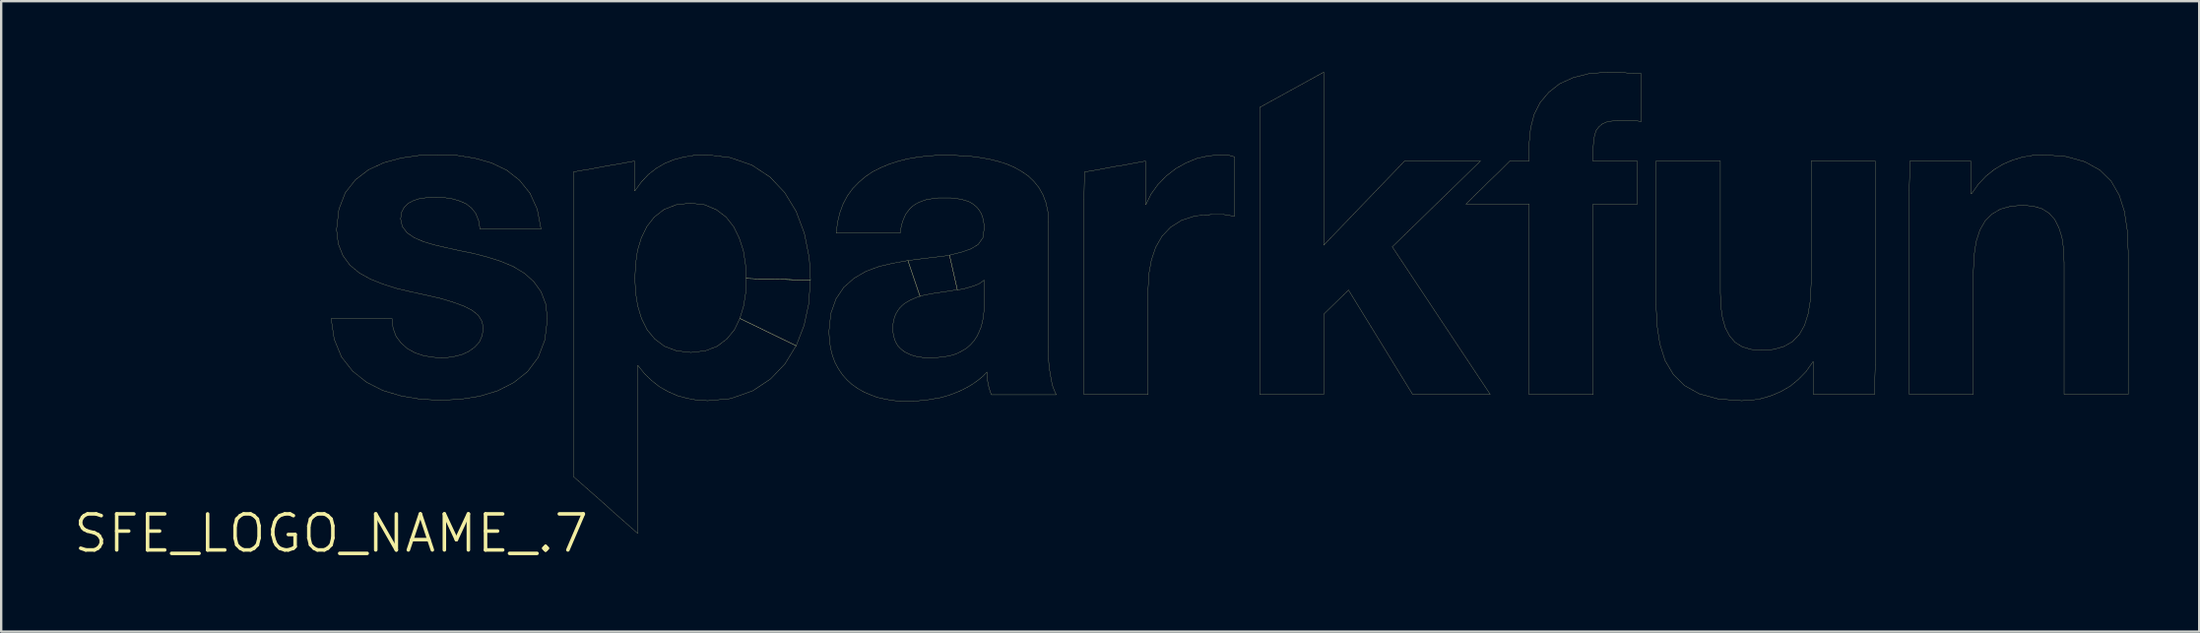
<source format=kicad_pcb>
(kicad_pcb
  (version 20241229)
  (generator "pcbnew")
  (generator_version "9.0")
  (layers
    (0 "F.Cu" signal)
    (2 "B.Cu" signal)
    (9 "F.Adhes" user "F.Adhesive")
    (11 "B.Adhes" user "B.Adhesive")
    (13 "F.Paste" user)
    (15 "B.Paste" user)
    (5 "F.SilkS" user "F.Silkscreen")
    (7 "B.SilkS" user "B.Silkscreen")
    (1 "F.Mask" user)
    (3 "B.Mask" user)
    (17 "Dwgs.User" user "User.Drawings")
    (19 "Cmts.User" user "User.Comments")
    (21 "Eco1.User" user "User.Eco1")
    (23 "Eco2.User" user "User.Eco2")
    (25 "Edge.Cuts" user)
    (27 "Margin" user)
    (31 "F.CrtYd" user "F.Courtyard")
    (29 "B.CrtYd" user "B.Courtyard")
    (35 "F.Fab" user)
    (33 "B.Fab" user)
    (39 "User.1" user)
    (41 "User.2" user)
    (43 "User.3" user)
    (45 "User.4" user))
  (footprint "SFE_LOGO_NAME_.7"
    (layer "F.Cu")
    (at 10.958 19.524)
    (property "Reference" "SFE_LOGO_NAME_.7" (at 0 0 0) (layer "F.SilkS") (effects (font (size 1.524 1.524) (thickness 0.15))))
    (attr exclude_from_pos_files exclude_from_bom)
    (fp_line (start 0 -9.088) (end 2.248 -9.088) (stroke (width 0.008) (type solid)) (layer "F.SilkS"))
    (fp_line (start 0.13 -8.219) (end 0 -9.088) (stroke (width 0.008) (type solid)) (layer "F.SilkS"))
    (fp_line (start 0.229 -12.857) (end 0.328 -13.719) (stroke (width 0.008) (type solid)) (layer "F.SilkS"))
    (fp_line (start 0.3 -12.258) (end 0.229 -12.857) (stroke (width 0.008) (type solid)) (layer "F.SilkS"))
    (fp_line (start 0.328 -13.719) (end 0.599 -14.42) (stroke (width 0.008) (type solid)) (layer "F.SilkS"))
    (fp_line (start 0.439 -7.468) (end 0.13 -8.219) (stroke (width 0.008) (type solid)) (layer "F.SilkS"))
    (fp_line (start 0.498 -11.758) (end 0.3 -12.258) (stroke (width 0.008) (type solid)) (layer "F.SilkS"))
    (fp_line (start 0.599 -14.42) (end 1.029 -14.968) (stroke (width 0.008) (type solid)) (layer "F.SilkS"))
    (fp_line (start 0.798 -11.349) (end 0.498 -11.758) (stroke (width 0.008) (type solid)) (layer "F.SilkS"))
    (fp_line (start 0.909 -6.868) (end 0.439 -7.468) (stroke (width 0.008) (type solid)) (layer "F.SilkS"))
    (fp_line (start 1.029 -14.968) (end 1.58 -15.39) (stroke (width 0.008) (type solid)) (layer "F.SilkS"))
    (fp_line (start 1.199 -11.019) (end 0.798 -11.349) (stroke (width 0.008) (type solid)) (layer "F.SilkS"))
    (fp_line (start 1.499 -6.398) (end 0.909 -6.868) (stroke (width 0.008) (type solid)) (layer "F.SilkS"))
    (fp_line (start 1.58 -15.39) (end 2.228 -15.69) (stroke (width 0.008) (type solid)) (layer "F.SilkS"))
    (fp_line (start 1.669 -10.759) (end 1.199 -11.019) (stroke (width 0.008) (type solid)) (layer "F.SilkS"))
    (fp_line (start 2.189 -6.048) (end 1.499 -6.398) (stroke (width 0.008) (type solid)) (layer "F.SilkS"))
    (fp_line (start 2.2 -10.549) (end 1.669 -10.759) (stroke (width 0.008) (type solid)) (layer "F.SilkS"))
    (fp_line (start 2.228 -15.69) (end 2.959 -15.888) (stroke (width 0.008) (type solid)) (layer "F.SilkS"))
    (fp_line (start 2.248 -9.088) (end 2.578 -9.088) (stroke (width 0.008) (type solid)) (layer "F.SilkS"))
    (fp_line (start 2.578 -9.088) (end 2.619 -8.689) (stroke (width 0.008) (type solid)) (layer "F.SilkS"))
    (fp_line (start 2.619 -8.689) (end 2.748 -8.339) (stroke (width 0.008) (type solid)) (layer "F.SilkS"))
    (fp_line (start 2.748 -8.339) (end 2.959 -8.059) (stroke (width 0.008) (type solid)) (layer "F.SilkS"))
    (fp_line (start 2.769 -10.368) (end 2.2 -10.549) (stroke (width 0.008) (type solid)) (layer "F.SilkS"))
    (fp_line (start 2.939 -13.31) (end 3.01 -12.99) (stroke (width 0.008) (type solid)) (layer "F.SilkS"))
    (fp_line (start 2.959 -15.888) (end 3.729 -15.999) (stroke (width 0.008) (type solid)) (layer "F.SilkS"))
    (fp_line (start 2.959 -8.059) (end 3.218 -7.828) (stroke (width 0.008) (type solid)) (layer "F.SilkS"))
    (fp_line (start 2.959 -5.819) (end 2.189 -6.048) (stroke (width 0.008) (type solid)) (layer "F.SilkS"))
    (fp_line (start 2.979 -13.589) (end 2.939 -13.31) (stroke (width 0.008) (type solid)) (layer "F.SilkS"))
    (fp_line (start 3.01 -12.99) (end 3.208 -12.728) (stroke (width 0.008) (type solid)) (layer "F.SilkS"))
    (fp_line (start 3.089 -13.8) (end 2.979 -13.589) (stroke (width 0.008) (type solid)) (layer "F.SilkS"))
    (fp_line (start 3.208 -12.728) (end 3.508 -12.52) (stroke (width 0.008) (type solid)) (layer "F.SilkS"))
    (fp_line (start 3.218 -7.828) (end 3.538 -7.648) (stroke (width 0.008) (type solid)) (layer "F.SilkS"))
    (fp_line (start 3.259 -13.97) (end 3.089 -13.8) (stroke (width 0.008) (type solid)) (layer "F.SilkS"))
    (fp_line (start 3.358 -10.229) (end 2.769 -10.368) (stroke (width 0.008) (type solid)) (layer "F.SilkS"))
    (fp_line (start 3.47 -14.079) (end 3.259 -13.97) (stroke (width 0.008) (type solid)) (layer "F.SilkS"))
    (fp_line (start 3.508 -12.52) (end 3.899 -12.349) (stroke (width 0.008) (type solid)) (layer "F.SilkS"))
    (fp_line (start 3.538 -7.648) (end 3.889 -7.529) (stroke (width 0.008) (type solid)) (layer "F.SilkS"))
    (fp_line (start 3.698 -14.158) (end 3.47 -14.079) (stroke (width 0.008) (type solid)) (layer "F.SilkS"))
    (fp_line (start 3.729 -15.999) (end 4.519 -16.03) (stroke (width 0.008) (type solid)) (layer "F.SilkS"))
    (fp_line (start 3.79 -5.679) (end 2.959 -5.819) (stroke (width 0.008) (type solid)) (layer "F.SilkS"))
    (fp_line (start 3.889 -7.529) (end 4.27 -7.46) (stroke (width 0.008) (type solid)) (layer "F.SilkS"))
    (fp_line (start 3.899 -12.349) (end 4.369 -12.21) (stroke (width 0.008) (type solid)) (layer "F.SilkS"))
    (fp_line (start 3.96 -14.199) (end 3.698 -14.158) (stroke (width 0.008) (type solid)) (layer "F.SilkS"))
    (fp_line (start 4.049 -10.079) (end 3.358 -10.229) (stroke (width 0.008) (type solid)) (layer "F.SilkS"))
    (fp_line (start 4.209 -14.229) (end 3.96 -14.199) (stroke (width 0.008) (type solid)) (layer "F.SilkS"))
    (fp_line (start 4.27 -7.46) (end 4.658 -7.429) (stroke (width 0.008) (type solid)) (layer "F.SilkS"))
    (fp_line (start 4.369 -12.21) (end 4.889 -12.088) (stroke (width 0.008) (type solid)) (layer "F.SilkS"))
    (fp_line (start 4.448 -14.229) (end 4.209 -14.229) (stroke (width 0.008) (type solid)) (layer "F.SilkS"))
    (fp_line (start 4.519 -16.03) (end 5.319 -15.999) (stroke (width 0.008) (type solid)) (layer "F.SilkS"))
    (fp_line (start 4.638 -5.639) (end 3.79 -5.679) (stroke (width 0.008) (type solid)) (layer "F.SilkS"))
    (fp_line (start 4.658 -9.939) (end 4.049 -10.079) (stroke (width 0.008) (type solid)) (layer "F.SilkS"))
    (fp_line (start 4.658 -7.429) (end 4.958 -7.45) (stroke (width 0.008) (type solid)) (layer "F.SilkS"))
    (fp_line (start 4.808 -14.209) (end 4.448 -14.229) (stroke (width 0.008) (type solid)) (layer "F.SilkS"))
    (fp_line (start 4.889 -12.088) (end 5.438 -11.968) (stroke (width 0.008) (type solid)) (layer "F.SilkS"))
    (fp_line (start 4.958 -7.45) (end 5.258 -7.498) (stroke (width 0.008) (type solid)) (layer "F.SilkS"))
    (fp_line (start 5.138 -14.158) (end 4.808 -14.209) (stroke (width 0.008) (type solid)) (layer "F.SilkS"))
    (fp_line (start 5.179 -9.779) (end 4.658 -9.939) (stroke (width 0.008) (type solid)) (layer "F.SilkS"))
    (fp_line (start 5.258 -7.498) (end 5.558 -7.579) (stroke (width 0.008) (type solid)) (layer "F.SilkS"))
    (fp_line (start 5.319 -15.999) (end 6.078 -15.878) (stroke (width 0.008) (type solid)) (layer "F.SilkS"))
    (fp_line (start 5.438 -14.069) (end 5.138 -14.158) (stroke (width 0.008) (type solid)) (layer "F.SilkS"))
    (fp_line (start 5.438 -11.968) (end 6.02 -11.849) (stroke (width 0.008) (type solid)) (layer "F.SilkS"))
    (fp_line (start 5.469 -5.679) (end 4.638 -5.639) (stroke (width 0.008) (type solid)) (layer "F.SilkS"))
    (fp_line (start 5.558 -7.579) (end 5.829 -7.709) (stroke (width 0.008) (type solid)) (layer "F.SilkS"))
    (fp_line (start 5.618 -9.619) (end 5.179 -9.779) (stroke (width 0.008) (type solid)) (layer "F.SilkS"))
    (fp_line (start 5.71 -13.95) (end 5.438 -14.069) (stroke (width 0.008) (type solid)) (layer "F.SilkS"))
    (fp_line (start 5.829 -7.709) (end 6.068 -7.879) (stroke (width 0.008) (type solid)) (layer "F.SilkS"))
    (fp_line (start 5.939 -13.769) (end 5.71 -13.95) (stroke (width 0.008) (type solid)) (layer "F.SilkS"))
    (fp_line (start 5.969 -9.439) (end 5.618 -9.619) (stroke (width 0.008) (type solid)) (layer "F.SilkS"))
    (fp_line (start 6.02 -11.849) (end 6.599 -11.699) (stroke (width 0.008) (type solid)) (layer "F.SilkS"))
    (fp_line (start 6.068 -7.879) (end 6.269 -8.098) (stroke (width 0.008) (type solid)) (layer "F.SilkS"))
    (fp_line (start 6.078 -15.878) (end 6.789 -15.679) (stroke (width 0.008) (type solid)) (layer "F.SilkS"))
    (fp_line (start 6.119 -13.538) (end 5.939 -13.769) (stroke (width 0.008) (type solid)) (layer "F.SilkS"))
    (fp_line (start 6.228 -9.228) (end 5.969 -9.439) (stroke (width 0.008) (type solid)) (layer "F.SilkS"))
    (fp_line (start 6.238 -13.238) (end 6.119 -13.538) (stroke (width 0.008) (type solid)) (layer "F.SilkS"))
    (fp_line (start 6.269 -8.098) (end 6.388 -8.369) (stroke (width 0.008) (type solid)) (layer "F.SilkS"))
    (fp_line (start 6.289 -5.809) (end 5.469 -5.679) (stroke (width 0.008) (type solid)) (layer "F.SilkS"))
    (fp_line (start 6.299 -12.878) (end 6.238 -13.238) (stroke (width 0.008) (type solid)) (layer "F.SilkS"))
    (fp_line (start 6.378 -8.979) (end 6.228 -9.228) (stroke (width 0.008) (type solid)) (layer "F.SilkS"))
    (fp_line (start 6.388 -8.369) (end 6.439 -8.7) (stroke (width 0.008) (type solid)) (layer "F.SilkS"))
    (fp_line (start 6.439 -8.7) (end 6.378 -8.979) (stroke (width 0.008) (type solid)) (layer "F.SilkS"))
    (fp_line (start 6.599 -11.699) (end 7.168 -11.519) (stroke (width 0.008) (type solid)) (layer "F.SilkS"))
    (fp_line (start 6.789 -15.679) (end 7.429 -15.37) (stroke (width 0.008) (type solid)) (layer "F.SilkS"))
    (fp_line (start 7.048 -6.038) (end 6.289 -5.809) (stroke (width 0.008) (type solid)) (layer "F.SilkS"))
    (fp_line (start 7.168 -11.519) (end 7.699 -11.298) (stroke (width 0.008) (type solid)) (layer "F.SilkS"))
    (fp_line (start 7.429 -15.37) (end 7.968 -14.948) (stroke (width 0.008) (type solid)) (layer "F.SilkS"))
    (fp_line (start 7.699 -11.298) (end 8.179 -11.008) (stroke (width 0.008) (type solid)) (layer "F.SilkS"))
    (fp_line (start 7.729 -6.388) (end 7.048 -6.038) (stroke (width 0.008) (type solid)) (layer "F.SilkS"))
    (fp_line (start 7.968 -14.948) (end 8.41 -14.399) (stroke (width 0.008) (type solid)) (layer "F.SilkS"))
    (fp_line (start 8.179 -11.008) (end 8.57 -10.658) (stroke (width 0.008) (type solid)) (layer "F.SilkS"))
    (fp_line (start 8.308 -6.848) (end 7.729 -6.388) (stroke (width 0.008) (type solid)) (layer "F.SilkS"))
    (fp_line (start 8.41 -14.399) (end 8.72 -13.719) (stroke (width 0.008) (type solid)) (layer "F.SilkS"))
    (fp_line (start 8.57 -10.658) (end 8.88 -10.229) (stroke (width 0.008) (type solid)) (layer "F.SilkS"))
    (fp_line (start 8.72 -13.719) (end 8.88 -12.878) (stroke (width 0.008) (type solid)) (layer "F.SilkS"))
    (fp_line (start 8.758 -7.45) (end 8.308 -6.848) (stroke (width 0.008) (type solid)) (layer "F.SilkS"))
    (fp_line (start 8.88 -12.878) (end 6.299 -12.878) (stroke (width 0.008) (type solid)) (layer "F.SilkS"))
    (fp_line (start 8.88 -10.229) (end 9.078 -9.708) (stroke (width 0.008) (type solid)) (layer "F.SilkS"))
    (fp_line (start 9.04 -8.189) (end 8.758 -7.45) (stroke (width 0.008) (type solid)) (layer "F.SilkS"))
    (fp_line (start 9.078 -9.708) (end 9.149 -9.078) (stroke (width 0.008) (type solid)) (layer "F.SilkS"))
    (fp_line (start 9.149 -9.078) (end 9.04 -8.189) (stroke (width 0.008) (type solid)) (layer "F.SilkS"))
    (fp_line (start 10.249 -15.298) (end 10.579 -15.359) (stroke (width 0.008) (type solid)) (layer "F.SilkS"))
    (fp_line (start 10.249 -2.408) (end 10.249 -15.298) (stroke (width 0.008) (type solid)) (layer "F.SilkS"))
    (fp_line (start 10.579 -15.359) (end 10.899 -15.408) (stroke (width 0.008) (type solid)) (layer "F.SilkS"))
    (fp_line (start 10.589 -2.108) (end 10.249 -2.408) (stroke (width 0.008) (type solid)) (layer "F.SilkS"))
    (fp_line (start 10.899 -15.408) (end 11.219 -15.469) (stroke (width 0.008) (type solid)) (layer "F.SilkS"))
    (fp_line (start 10.93 -1.808) (end 10.589 -2.108) (stroke (width 0.008) (type solid)) (layer "F.SilkS"))
    (fp_line (start 11.219 -15.469) (end 11.539 -15.53) (stroke (width 0.008) (type solid)) (layer "F.SilkS"))
    (fp_line (start 11.27 -1.509) (end 10.93 -1.808) (stroke (width 0.008) (type solid)) (layer "F.SilkS"))
    (fp_line (start 11.539 -15.53) (end 11.869 -15.588) (stroke (width 0.008) (type solid)) (layer "F.SilkS"))
    (fp_line (start 11.608 -1.209) (end 11.27 -1.509) (stroke (width 0.008) (type solid)) (layer "F.SilkS"))
    (fp_line (start 11.869 -15.588) (end 12.189 -15.639) (stroke (width 0.008) (type solid)) (layer "F.SilkS"))
    (fp_line (start 11.948 -0.899) (end 11.608 -1.209) (stroke (width 0.008) (type solid)) (layer "F.SilkS"))
    (fp_line (start 12.189 -15.639) (end 12.509 -15.7) (stroke (width 0.008) (type solid)) (layer "F.SilkS"))
    (fp_line (start 12.289 -0.599) (end 11.948 -0.899) (stroke (width 0.008) (type solid)) (layer "F.SilkS"))
    (fp_line (start 12.509 -15.7) (end 12.83 -15.758) (stroke (width 0.008) (type solid)) (layer "F.SilkS"))
    (fp_line (start 12.629 -0.3) (end 12.289 -0.599) (stroke (width 0.008) (type solid)) (layer "F.SilkS"))
    (fp_line (start 12.83 -15.758) (end 12.83 -14.498) (stroke (width 0.008) (type solid)) (layer "F.SilkS"))
    (fp_line (start 12.83 -14.498) (end 12.85 -14.498) (stroke (width 0.008) (type solid)) (layer "F.SilkS"))
    (fp_line (start 12.85 -14.498) (end 13.119 -14.869) (stroke (width 0.008) (type solid)) (layer "F.SilkS"))
    (fp_line (start 12.85 -10.79) (end 12.878 -10.198) (stroke (width 0.008) (type solid)) (layer "F.SilkS"))
    (fp_line (start 12.878 -11.389) (end 12.85 -10.79) (stroke (width 0.008) (type solid)) (layer "F.SilkS"))
    (fp_line (start 12.878 -10.198) (end 12.969 -9.629) (stroke (width 0.008) (type solid)) (layer "F.SilkS"))
    (fp_line (start 12.959 -11.968) (end 12.878 -11.389) (stroke (width 0.008) (type solid)) (layer "F.SilkS"))
    (fp_line (start 12.969 -9.629) (end 13.129 -9.098) (stroke (width 0.008) (type solid)) (layer "F.SilkS"))
    (fp_line (start 12.969 -7.109) (end 12.969 0) (stroke (width 0.008) (type solid)) (layer "F.SilkS"))
    (fp_line (start 12.969 0) (end 12.629 -0.3) (stroke (width 0.008) (type solid)) (layer "F.SilkS"))
    (fp_line (start 12.979 -7.109) (end 12.969 -7.109) (stroke (width 0.008) (type solid)) (layer "F.SilkS"))
    (fp_line (start 13.119 -14.869) (end 13.419 -15.189) (stroke (width 0.008) (type solid)) (layer "F.SilkS"))
    (fp_line (start 13.119 -12.499) (end 12.959 -11.968) (stroke (width 0.008) (type solid)) (layer "F.SilkS"))
    (fp_line (start 13.129 -9.098) (end 13.368 -8.618) (stroke (width 0.008) (type solid)) (layer "F.SilkS"))
    (fp_line (start 13.249 -6.769) (end 12.979 -7.109) (stroke (width 0.008) (type solid)) (layer "F.SilkS"))
    (fp_line (start 13.358 -12.99) (end 13.119 -12.499) (stroke (width 0.008) (type solid)) (layer "F.SilkS"))
    (fp_line (start 13.368 -8.618) (end 13.688 -8.23) (stroke (width 0.008) (type solid)) (layer "F.SilkS"))
    (fp_line (start 13.419 -15.189) (end 13.749 -15.448) (stroke (width 0.008) (type solid)) (layer "F.SilkS"))
    (fp_line (start 13.559 -6.469) (end 13.249 -6.769) (stroke (width 0.008) (type solid)) (layer "F.SilkS"))
    (fp_line (start 13.668 -13.388) (end 13.358 -12.99) (stroke (width 0.008) (type solid)) (layer "F.SilkS"))
    (fp_line (start 13.688 -8.23) (end 14.1 -7.92) (stroke (width 0.008) (type solid)) (layer "F.SilkS"))
    (fp_line (start 13.749 -15.448) (end 14.11 -15.659) (stroke (width 0.008) (type solid)) (layer "F.SilkS"))
    (fp_line (start 13.889 -6.208) (end 13.559 -6.469) (stroke (width 0.008) (type solid)) (layer "F.SilkS"))
    (fp_line (start 14.079 -13.708) (end 13.668 -13.388) (stroke (width 0.008) (type solid)) (layer "F.SilkS"))
    (fp_line (start 14.1 -7.92) (end 14.608 -7.729) (stroke (width 0.008) (type solid)) (layer "F.SilkS"))
    (fp_line (start 14.11 -15.659) (end 14.498 -15.819) (stroke (width 0.008) (type solid)) (layer "F.SilkS"))
    (fp_line (start 14.26 -5.999) (end 13.889 -6.208) (stroke (width 0.008) (type solid)) (layer "F.SilkS"))
    (fp_line (start 14.498 -15.819) (end 14.91 -15.928) (stroke (width 0.008) (type solid)) (layer "F.SilkS"))
    (fp_line (start 14.59 -13.909) (end 14.079 -13.708) (stroke (width 0.008) (type solid)) (layer "F.SilkS"))
    (fp_line (start 14.608 -7.729) (end 15.22 -7.658) (stroke (width 0.008) (type solid)) (layer "F.SilkS"))
    (fp_line (start 14.648 -5.829) (end 14.26 -5.999) (stroke (width 0.008) (type solid)) (layer "F.SilkS"))
    (fp_line (start 14.91 -15.928) (end 15.339 -15.999) (stroke (width 0.008) (type solid)) (layer "F.SilkS"))
    (fp_line (start 15.06 -5.718) (end 14.648 -5.829) (stroke (width 0.008) (type solid)) (layer "F.SilkS"))
    (fp_line (start 15.199 -13.978) (end 14.59 -13.909) (stroke (width 0.008) (type solid)) (layer "F.SilkS"))
    (fp_line (start 15.22 -7.658) (end 15.829 -7.729) (stroke (width 0.008) (type solid)) (layer "F.SilkS"))
    (fp_line (start 15.339 -15.999) (end 15.789 -16.02) (stroke (width 0.008) (type solid)) (layer "F.SilkS"))
    (fp_line (start 15.489 -5.639) (end 15.06 -5.718) (stroke (width 0.008) (type solid)) (layer "F.SilkS"))
    (fp_line (start 15.789 -16.02) (end 15.928 -16.02) (stroke (width 0.008) (type solid)) (layer "F.SilkS"))
    (fp_line (start 15.799 -13.909) (end 15.199 -13.978) (stroke (width 0.008) (type solid)) (layer "F.SilkS"))
    (fp_line (start 15.829 -7.729) (end 16.33 -7.92) (stroke (width 0.008) (type solid)) (layer "F.SilkS"))
    (fp_line (start 15.928 -16.02) (end 16.868 -15.908) (stroke (width 0.008) (type solid)) (layer "F.SilkS"))
    (fp_line (start 15.938 -5.618) (end 15.489 -5.639) (stroke (width 0.008) (type solid)) (layer "F.SilkS"))
    (fp_line (start 16.299 -13.698) (end 15.799 -13.909) (stroke (width 0.008) (type solid)) (layer "F.SilkS"))
    (fp_line (start 16.33 -7.92) (end 16.739 -8.23) (stroke (width 0.008) (type solid)) (layer "F.SilkS"))
    (fp_line (start 16.708 -13.388) (end 16.299 -13.698) (stroke (width 0.008) (type solid)) (layer "F.SilkS"))
    (fp_line (start 16.739 -8.23) (end 17.059 -8.618) (stroke (width 0.008) (type solid)) (layer "F.SilkS"))
    (fp_line (start 16.838 -5.7) (end 15.938 -5.618) (stroke (width 0.008) (type solid)) (layer "F.SilkS"))
    (fp_line (start 16.868 -15.908) (end 17.798 -15.588) (stroke (width 0.008) (type solid)) (layer "F.SilkS"))
    (fp_line (start 16.96 -5.728) (end 16.838 -5.7) (stroke (width 0.008) (type solid)) (layer "F.SilkS"))
    (fp_line (start 17.028 -12.979) (end 16.708 -13.388) (stroke (width 0.008) (type solid)) (layer "F.SilkS"))
    (fp_line (start 17.059 -8.618) (end 17.29 -9.098) (stroke (width 0.008) (type solid)) (layer "F.SilkS"))
    (fp_line (start 17.269 -12.489) (end 17.028 -12.979) (stroke (width 0.008) (type solid)) (layer "F.SilkS"))
    (fp_line (start 17.29 -9.098) (end 17.45 -9.629) (stroke (width 0.008) (type solid)) (layer "F.SilkS"))
    (fp_line (start 17.29 -9.098) (end 19.67 -7.948) (stroke (width 0.008) (type solid)) (layer "F.SilkS"))
    (fp_line (start 17.44 -11.958) (end 17.269 -12.489) (stroke (width 0.008) (type solid)) (layer "F.SilkS"))
    (fp_line (start 17.45 -9.629) (end 17.539 -10.198) (stroke (width 0.008) (type solid)) (layer "F.SilkS"))
    (fp_line (start 17.529 -11.379) (end 17.44 -11.958) (stroke (width 0.008) (type solid)) (layer "F.SilkS"))
    (fp_line (start 17.539 -10.198) (end 17.559 -10.79) (stroke (width 0.008) (type solid)) (layer "F.SilkS"))
    (fp_line (start 17.559 -10.79) (end 17.529 -11.379) (stroke (width 0.008) (type solid)) (layer "F.SilkS"))
    (fp_line (start 17.559 -10.79) (end 20.269 -10.719) (stroke (width 0.008) (type solid)) (layer "F.SilkS"))
    (fp_line (start 17.798 -15.588) (end 18.57 -15.08) (stroke (width 0.008) (type solid)) (layer "F.SilkS"))
    (fp_line (start 17.838 -6.038) (end 16.96 -5.728) (stroke (width 0.008) (type solid)) (layer "F.SilkS"))
    (fp_line (start 18.57 -15.08) (end 19.19 -14.42) (stroke (width 0.008) (type solid)) (layer "F.SilkS"))
    (fp_line (start 18.588 -6.538) (end 17.838 -6.038) (stroke (width 0.008) (type solid)) (layer "F.SilkS"))
    (fp_line (start 19.19 -14.42) (end 19.67 -13.63) (stroke (width 0.008) (type solid)) (layer "F.SilkS"))
    (fp_line (start 19.2 -7.178) (end 18.588 -6.538) (stroke (width 0.008) (type solid)) (layer "F.SilkS"))
    (fp_line (start 19.67 -13.63) (end 20.008 -12.728) (stroke (width 0.008) (type solid)) (layer "F.SilkS"))
    (fp_line (start 19.67 -7.948) (end 19.2 -7.178) (stroke (width 0.008) (type solid)) (layer "F.SilkS"))
    (fp_line (start 19.67 -7.938) (end 17.29 -9.098) (stroke (width 0.008) (type solid)) (layer "F.SilkS"))
    (fp_line (start 20.008 -12.728) (end 20.038 -12.609) (stroke (width 0.008) (type solid)) (layer "F.SilkS"))
    (fp_line (start 20.008 -8.809) (end 19.67 -7.938) (stroke (width 0.008) (type solid)) (layer "F.SilkS"))
    (fp_line (start 20.038 -12.609) (end 20.208 -11.748) (stroke (width 0.008) (type solid)) (layer "F.SilkS"))
    (fp_line (start 20.208 -11.748) (end 20.229 -11.618) (stroke (width 0.008) (type solid)) (layer "F.SilkS"))
    (fp_line (start 20.208 -9.738) (end 20.008 -8.809) (stroke (width 0.008) (type solid)) (layer "F.SilkS"))
    (fp_line (start 20.229 -11.618) (end 20.279 -10.719) (stroke (width 0.008) (type solid)) (layer "F.SilkS"))
    (fp_line (start 20.269 -10.719) (end 20.208 -9.738) (stroke (width 0.008) (type solid)) (layer "F.SilkS"))
    (fp_line (start 20.279 -10.719) (end 17.559 -10.79) (stroke (width 0.008) (type solid)) (layer "F.SilkS"))
    (fp_line (start 21.059 -8.55) (end 21.138 -9.309) (stroke (width 0.008) (type solid)) (layer "F.SilkS"))
    (fp_line (start 21.079 -8.179) (end 21.059 -8.55) (stroke (width 0.008) (type solid)) (layer "F.SilkS"))
    (fp_line (start 21.128 -7.838) (end 21.079 -8.179) (stroke (width 0.008) (type solid)) (layer "F.SilkS"))
    (fp_line (start 21.138 -9.309) (end 21.359 -9.929) (stroke (width 0.008) (type solid)) (layer "F.SilkS"))
    (fp_line (start 21.209 -7.518) (end 21.128 -7.838) (stroke (width 0.008) (type solid)) (layer "F.SilkS"))
    (fp_line (start 21.318 -7.229) (end 21.209 -7.518) (stroke (width 0.008) (type solid)) (layer "F.SilkS"))
    (fp_line (start 21.359 -9.929) (end 21.689 -10.419) (stroke (width 0.008) (type solid)) (layer "F.SilkS"))
    (fp_line (start 21.369 -12.708) (end 21.42 -13.16) (stroke (width 0.008) (type solid)) (layer "F.SilkS"))
    (fp_line (start 21.42 -13.16) (end 21.519 -13.569) (stroke (width 0.008) (type solid)) (layer "F.SilkS"))
    (fp_line (start 21.458 -6.97) (end 21.318 -7.229) (stroke (width 0.008) (type solid)) (layer "F.SilkS"))
    (fp_line (start 21.519 -13.569) (end 21.659 -13.95) (stroke (width 0.008) (type solid)) (layer "F.SilkS"))
    (fp_line (start 21.628 -6.718) (end 21.458 -6.97) (stroke (width 0.008) (type solid)) (layer "F.SilkS"))
    (fp_line (start 21.659 -13.95) (end 21.839 -14.287) (stroke (width 0.008) (type solid)) (layer "F.SilkS"))
    (fp_line (start 21.689 -10.419) (end 22.118 -10.798) (stroke (width 0.008) (type solid)) (layer "F.SilkS"))
    (fp_line (start 21.819 -6.5) (end 21.628 -6.718) (stroke (width 0.008) (type solid)) (layer "F.SilkS"))
    (fp_line (start 21.839 -14.287) (end 22.06 -14.59) (stroke (width 0.008) (type solid)) (layer "F.SilkS"))
    (fp_line (start 22.029 -6.309) (end 21.819 -6.5) (stroke (width 0.008) (type solid)) (layer "F.SilkS"))
    (fp_line (start 22.06 -14.59) (end 22.319 -14.859) (stroke (width 0.008) (type solid)) (layer "F.SilkS"))
    (fp_line (start 22.118 -10.798) (end 22.619 -11.09) (stroke (width 0.008) (type solid)) (layer "F.SilkS"))
    (fp_line (start 22.268 -6.139) (end 22.029 -6.309) (stroke (width 0.008) (type solid)) (layer "F.SilkS"))
    (fp_line (start 22.319 -14.859) (end 22.598 -15.098) (stroke (width 0.008) (type solid)) (layer "F.SilkS"))
    (fp_line (start 22.53 -5.989) (end 22.268 -6.139) (stroke (width 0.008) (type solid)) (layer "F.SilkS"))
    (fp_line (start 22.598 -15.098) (end 22.908 -15.309) (stroke (width 0.008) (type solid)) (layer "F.SilkS"))
    (fp_line (start 22.619 -11.09) (end 23.177 -11.298) (stroke (width 0.008) (type solid)) (layer "F.SilkS"))
    (fp_line (start 22.809 -5.87) (end 22.53 -5.989) (stroke (width 0.008) (type solid)) (layer "F.SilkS"))
    (fp_line (start 22.908 -15.309) (end 23.249 -15.479) (stroke (width 0.008) (type solid)) (layer "F.SilkS"))
    (fp_line (start 23.099 -5.758) (end 22.809 -5.87) (stroke (width 0.008) (type solid)) (layer "F.SilkS"))
    (fp_line (start 23.177 -11.298) (end 23.779 -11.438) (stroke (width 0.008) (type solid)) (layer "F.SilkS"))
    (fp_line (start 23.249 -15.479) (end 23.609 -15.629) (stroke (width 0.008) (type solid)) (layer "F.SilkS"))
    (fp_line (start 23.409 -5.69) (end 23.099 -5.758) (stroke (width 0.008) (type solid)) (layer "F.SilkS"))
    (fp_line (start 23.609 -15.629) (end 23.978 -15.748) (stroke (width 0.008) (type solid)) (layer "F.SilkS"))
    (fp_line (start 23.739 -5.629) (end 23.409 -5.69) (stroke (width 0.008) (type solid)) (layer "F.SilkS"))
    (fp_line (start 23.769 -8.86) (end 23.769 -8.509) (stroke (width 0.008) (type solid)) (layer "F.SilkS"))
    (fp_line (start 23.769 -8.509) (end 23.8 -8.349) (stroke (width 0.008) (type solid)) (layer "F.SilkS"))
    (fp_line (start 23.779 -11.438) (end 24.399 -11.549) (stroke (width 0.008) (type solid)) (layer "F.SilkS"))
    (fp_line (start 23.8 -9.03) (end 23.769 -8.86) (stroke (width 0.008) (type solid)) (layer "F.SilkS"))
    (fp_line (start 23.8 -8.349) (end 23.838 -8.199) (stroke (width 0.008) (type solid)) (layer "F.SilkS"))
    (fp_line (start 23.838 -9.169) (end 23.8 -9.03) (stroke (width 0.008) (type solid)) (layer "F.SilkS"))
    (fp_line (start 23.838 -8.199) (end 23.899 -8.07) (stroke (width 0.008) (type solid)) (layer "F.SilkS"))
    (fp_line (start 23.899 -9.309) (end 23.838 -9.169) (stroke (width 0.008) (type solid)) (layer "F.SilkS"))
    (fp_line (start 23.899 -8.07) (end 23.97 -7.948) (stroke (width 0.008) (type solid)) (layer "F.SilkS"))
    (fp_line (start 23.97 -9.428) (end 23.899 -9.309) (stroke (width 0.008) (type solid)) (layer "F.SilkS"))
    (fp_line (start 23.97 -7.948) (end 24.059 -7.849) (stroke (width 0.008) (type solid)) (layer "F.SilkS"))
    (fp_line (start 23.978 -15.748) (end 24.369 -15.85) (stroke (width 0.008) (type solid)) (layer "F.SilkS"))
    (fp_line (start 24.049 -9.538) (end 23.97 -9.428) (stroke (width 0.008) (type solid)) (layer "F.SilkS"))
    (fp_line (start 24.059 -7.849) (end 24.158 -7.76) (stroke (width 0.008) (type solid)) (layer "F.SilkS"))
    (fp_line (start 24.069 -12.708) (end 21.369 -12.708) (stroke (width 0.008) (type solid)) (layer "F.SilkS"))
    (fp_line (start 24.069 -5.598) (end 23.739 -5.629) (stroke (width 0.008) (type solid)) (layer "F.SilkS"))
    (fp_line (start 24.1 -12.898) (end 24.069 -12.708) (stroke (width 0.008) (type solid)) (layer "F.SilkS"))
    (fp_line (start 24.138 -13.078) (end 24.1 -12.898) (stroke (width 0.008) (type solid)) (layer "F.SilkS"))
    (fp_line (start 24.148 -9.639) (end 24.049 -9.538) (stroke (width 0.008) (type solid)) (layer "F.SilkS"))
    (fp_line (start 24.158 -7.76) (end 24.27 -7.678) (stroke (width 0.008) (type solid)) (layer "F.SilkS"))
    (fp_line (start 24.188 -13.238) (end 24.138 -13.078) (stroke (width 0.008) (type solid)) (layer "F.SilkS"))
    (fp_line (start 24.249 -13.388) (end 24.188 -13.238) (stroke (width 0.008) (type solid)) (layer "F.SilkS"))
    (fp_line (start 24.249 -9.728) (end 24.148 -9.639) (stroke (width 0.008) (type solid)) (layer "F.SilkS"))
    (fp_line (start 24.27 -7.678) (end 24.389 -7.62) (stroke (width 0.008) (type solid)) (layer "F.SilkS"))
    (fp_line (start 24.318 -13.528) (end 24.249 -13.388) (stroke (width 0.008) (type solid)) (layer "F.SilkS"))
    (fp_line (start 24.369 -15.85) (end 24.768 -15.918) (stroke (width 0.008) (type solid)) (layer "F.SilkS"))
    (fp_line (start 24.369 -9.799) (end 24.249 -9.728) (stroke (width 0.008) (type solid)) (layer "F.SilkS"))
    (fp_line (start 24.389 -7.62) (end 24.519 -7.559) (stroke (width 0.008) (type solid)) (layer "F.SilkS"))
    (fp_line (start 24.399 -11.549) (end 24.91 -10.028) (stroke (width 0.008) (type solid)) (layer "F.SilkS"))
    (fp_line (start 24.399 -11.549) (end 25.009 -11.628) (stroke (width 0.008) (type solid)) (layer "F.SilkS"))
    (fp_line (start 24.409 -13.65) (end 24.318 -13.528) (stroke (width 0.008) (type solid)) (layer "F.SilkS"))
    (fp_line (start 24.488 -9.868) (end 24.369 -9.799) (stroke (width 0.008) (type solid)) (layer "F.SilkS"))
    (fp_line (start 24.498 -13.759) (end 24.409 -13.65) (stroke (width 0.008) (type solid)) (layer "F.SilkS"))
    (fp_line (start 24.519 -7.559) (end 24.648 -7.518) (stroke (width 0.008) (type solid)) (layer "F.SilkS"))
    (fp_line (start 24.608 -13.858) (end 24.498 -13.759) (stroke (width 0.008) (type solid)) (layer "F.SilkS"))
    (fp_line (start 24.628 -9.929) (end 24.488 -9.868) (stroke (width 0.008) (type solid)) (layer "F.SilkS"))
    (fp_line (start 24.648 -7.518) (end 24.798 -7.478) (stroke (width 0.008) (type solid)) (layer "F.SilkS"))
    (fp_line (start 24.648 -5.598) (end 24.069 -5.598) (stroke (width 0.008) (type solid)) (layer "F.SilkS"))
    (fp_line (start 24.729 -13.94) (end 24.608 -13.858) (stroke (width 0.008) (type solid)) (layer "F.SilkS"))
    (fp_line (start 24.76 -9.99) (end 24.628 -9.929) (stroke (width 0.008) (type solid)) (layer "F.SilkS"))
    (fp_line (start 24.768 -15.918) (end 25.179 -15.969) (stroke (width 0.008) (type solid)) (layer "F.SilkS"))
    (fp_line (start 24.798 -7.478) (end 24.948 -7.46) (stroke (width 0.008) (type solid)) (layer "F.SilkS"))
    (fp_line (start 24.859 -14.008) (end 24.729 -13.94) (stroke (width 0.008) (type solid)) (layer "F.SilkS"))
    (fp_line (start 24.879 -5.618) (end 24.648 -5.598) (stroke (width 0.008) (type solid)) (layer "F.SilkS"))
    (fp_line (start 24.91 -10.038) (end 24.399 -11.549) (stroke (width 0.008) (type solid)) (layer "F.SilkS"))
    (fp_line (start 24.91 -10.028) (end 24.76 -9.99) (stroke (width 0.008) (type solid)) (layer "F.SilkS"))
    (fp_line (start 24.948 -7.46) (end 25.098 -7.429) (stroke (width 0.008) (type solid)) (layer "F.SilkS"))
    (fp_line (start 25.009 -14.069) (end 24.859 -14.008) (stroke (width 0.008) (type solid)) (layer "F.SilkS"))
    (fp_line (start 25.009 -11.628) (end 25.608 -11.699) (stroke (width 0.008) (type solid)) (layer "F.SilkS"))
    (fp_line (start 25.06 -10.079) (end 24.91 -10.038) (stroke (width 0.008) (type solid)) (layer "F.SilkS"))
    (fp_line (start 25.098 -7.429) (end 25.428 -7.429) (stroke (width 0.008) (type solid)) (layer "F.SilkS"))
    (fp_line (start 25.108 -5.639) (end 24.879 -5.618) (stroke (width 0.008) (type solid)) (layer "F.SilkS"))
    (fp_line (start 25.159 -14.12) (end 25.009 -14.069) (stroke (width 0.008) (type solid)) (layer "F.SilkS"))
    (fp_line (start 25.179 -15.969) (end 25.588 -15.999) (stroke (width 0.008) (type solid)) (layer "F.SilkS"))
    (fp_line (start 25.209 -10.109) (end 25.06 -10.079) (stroke (width 0.008) (type solid)) (layer "F.SilkS"))
    (fp_line (start 25.319 -14.148) (end 25.159 -14.12) (stroke (width 0.008) (type solid)) (layer "F.SilkS"))
    (fp_line (start 25.339 -5.669) (end 25.108 -5.639) (stroke (width 0.008) (type solid)) (layer "F.SilkS"))
    (fp_line (start 25.37 -10.14) (end 25.209 -10.109) (stroke (width 0.008) (type solid)) (layer "F.SilkS"))
    (fp_line (start 25.428 -7.429) (end 25.799 -7.46) (stroke (width 0.008) (type solid)) (layer "F.SilkS"))
    (fp_line (start 25.489 -14.178) (end 25.319 -14.148) (stroke (width 0.008) (type solid)) (layer "F.SilkS"))
    (fp_line (start 25.53 -10.168) (end 25.37 -10.14) (stroke (width 0.008) (type solid)) (layer "F.SilkS"))
    (fp_line (start 25.557 -5.71) (end 25.339 -5.669) (stroke (width 0.008) (type solid)) (layer "F.SilkS"))
    (fp_line (start 25.588 -15.999) (end 26.378 -15.999) (stroke (width 0.008) (type solid)) (layer "F.SilkS"))
    (fp_line (start 25.608 -11.699) (end 26.159 -11.768) (stroke (width 0.008) (type solid)) (layer "F.SilkS"))
    (fp_line (start 25.679 -14.199) (end 25.489 -14.178) (stroke (width 0.008) (type solid)) (layer "F.SilkS"))
    (fp_line (start 25.69 -10.188) (end 25.53 -10.168) (stroke (width 0.008) (type solid)) (layer "F.SilkS"))
    (fp_line (start 25.789 -5.748) (end 25.557 -5.71) (stroke (width 0.008) (type solid)) (layer "F.SilkS"))
    (fp_line (start 25.799 -7.46) (end 26.129 -7.508) (stroke (width 0.008) (type solid)) (layer "F.SilkS"))
    (fp_line (start 25.85 -10.218) (end 25.69 -10.188) (stroke (width 0.008) (type solid)) (layer "F.SilkS"))
    (fp_line (start 25.999 -5.809) (end 25.789 -5.748) (stroke (width 0.008) (type solid)) (layer "F.SilkS"))
    (fp_line (start 26.01 -10.239) (end 25.85 -10.218) (stroke (width 0.008) (type solid)) (layer "F.SilkS"))
    (fp_line (start 26.129 -7.508) (end 26.419 -7.59) (stroke (width 0.008) (type solid)) (layer "F.SilkS"))
    (fp_line (start 26.159 -11.778) (end 26.65 -11.9) (stroke (width 0.008) (type solid)) (layer "F.SilkS"))
    (fp_line (start 26.159 -11.768) (end 26.49 -10.31) (stroke (width 0.008) (type solid)) (layer "F.SilkS"))
    (fp_line (start 26.17 -10.259) (end 26.01 -10.239) (stroke (width 0.008) (type solid)) (layer "F.SilkS"))
    (fp_line (start 26.218 -14.199) (end 25.679 -14.199) (stroke (width 0.008) (type solid)) (layer "F.SilkS"))
    (fp_line (start 26.218 -5.878) (end 25.999 -5.809) (stroke (width 0.008) (type solid)) (layer "F.SilkS"))
    (fp_line (start 26.33 -10.29) (end 26.17 -10.259) (stroke (width 0.008) (type solid)) (layer "F.SilkS"))
    (fp_line (start 26.378 -15.999) (end 26.759 -15.979) (stroke (width 0.008) (type solid)) (layer "F.SilkS"))
    (fp_line (start 26.388 -14.178) (end 26.218 -14.199) (stroke (width 0.008) (type solid)) (layer "F.SilkS"))
    (fp_line (start 26.419 -7.59) (end 26.66 -7.709) (stroke (width 0.008) (type solid)) (layer "F.SilkS"))
    (fp_line (start 26.429 -5.959) (end 26.218 -5.878) (stroke (width 0.008) (type solid)) (layer "F.SilkS"))
    (fp_line (start 26.49 -10.31) (end 26.159 -11.778) (stroke (width 0.008) (type solid)) (layer "F.SilkS"))
    (fp_line (start 26.49 -10.31) (end 26.33 -10.29) (stroke (width 0.008) (type solid)) (layer "F.SilkS"))
    (fp_line (start 26.548 -14.158) (end 26.388 -14.178) (stroke (width 0.008) (type solid)) (layer "F.SilkS"))
    (fp_line (start 26.64 -10.328) (end 26.49 -10.31) (stroke (width 0.008) (type solid)) (layer "F.SilkS"))
    (fp_line (start 26.64 -6.048) (end 26.429 -5.959) (stroke (width 0.008) (type solid)) (layer "F.SilkS"))
    (fp_line (start 26.65 -11.9) (end 27.059 -12.04) (stroke (width 0.008) (type solid)) (layer "F.SilkS"))
    (fp_line (start 26.66 -7.709) (end 26.878 -7.838) (stroke (width 0.008) (type solid)) (layer "F.SilkS"))
    (fp_line (start 26.698 -14.127) (end 26.548 -14.158) (stroke (width 0.008) (type solid)) (layer "F.SilkS"))
    (fp_line (start 26.759 -15.979) (end 27.14 -15.949) (stroke (width 0.008) (type solid)) (layer "F.SilkS"))
    (fp_line (start 26.789 -10.358) (end 26.64 -10.328) (stroke (width 0.008) (type solid)) (layer "F.SilkS"))
    (fp_line (start 26.838 -14.089) (end 26.698 -14.127) (stroke (width 0.008) (type solid)) (layer "F.SilkS"))
    (fp_line (start 26.838 -6.149) (end 26.64 -6.048) (stroke (width 0.008) (type solid)) (layer "F.SilkS"))
    (fp_line (start 26.878 -7.838) (end 27.048 -7.988) (stroke (width 0.008) (type solid)) (layer "F.SilkS"))
    (fp_line (start 26.929 -10.399) (end 26.789 -10.358) (stroke (width 0.008) (type solid)) (layer "F.SilkS"))
    (fp_line (start 26.98 -14.039) (end 26.838 -14.089) (stroke (width 0.008) (type solid)) (layer "F.SilkS"))
    (fp_line (start 27.038 -6.259) (end 26.838 -6.149) (stroke (width 0.008) (type solid)) (layer "F.SilkS"))
    (fp_line (start 27.048 -7.988) (end 27.198 -8.158) (stroke (width 0.008) (type solid)) (layer "F.SilkS"))
    (fp_line (start 27.059 -12.04) (end 27.369 -12.228) (stroke (width 0.008) (type solid)) (layer "F.SilkS"))
    (fp_line (start 27.069 -10.439) (end 26.929 -10.399) (stroke (width 0.008) (type solid)) (layer "F.SilkS"))
    (fp_line (start 27.109 -13.97) (end 26.98 -14.039) (stroke (width 0.008) (type solid)) (layer "F.SilkS"))
    (fp_line (start 27.14 -15.949) (end 27.508 -15.898) (stroke (width 0.008) (type solid)) (layer "F.SilkS"))
    (fp_line (start 27.188 -10.477) (end 27.069 -10.439) (stroke (width 0.008) (type solid)) (layer "F.SilkS"))
    (fp_line (start 27.198 -8.158) (end 27.318 -8.339) (stroke (width 0.008) (type solid)) (layer "F.SilkS"))
    (fp_line (start 27.219 -13.889) (end 27.109 -13.97) (stroke (width 0.008) (type solid)) (layer "F.SilkS"))
    (fp_line (start 27.219 -6.378) (end 27.038 -6.259) (stroke (width 0.008) (type solid)) (layer "F.SilkS"))
    (fp_line (start 27.318 -13.8) (end 27.219 -13.889) (stroke (width 0.008) (type solid)) (layer "F.SilkS"))
    (fp_line (start 27.318 -10.528) (end 27.188 -10.477) (stroke (width 0.008) (type solid)) (layer "F.SilkS"))
    (fp_line (start 27.318 -8.339) (end 27.409 -8.529) (stroke (width 0.008) (type solid)) (layer "F.SilkS"))
    (fp_line (start 27.369 -12.228) (end 27.569 -12.509) (stroke (width 0.008) (type solid)) (layer "F.SilkS"))
    (fp_line (start 27.409 -13.688) (end 27.318 -13.8) (stroke (width 0.008) (type solid)) (layer "F.SilkS"))
    (fp_line (start 27.409 -8.529) (end 27.488 -8.72) (stroke (width 0.008) (type solid)) (layer "F.SilkS"))
    (fp_line (start 27.409 -6.518) (end 27.219 -6.378) (stroke (width 0.008) (type solid)) (layer "F.SilkS"))
    (fp_line (start 27.429 -10.579) (end 27.318 -10.528) (stroke (width 0.008) (type solid)) (layer "F.SilkS"))
    (fp_line (start 27.488 -13.559) (end 27.409 -13.688) (stroke (width 0.008) (type solid)) (layer "F.SilkS"))
    (fp_line (start 27.488 -8.72) (end 27.539 -8.908) (stroke (width 0.008) (type solid)) (layer "F.SilkS"))
    (fp_line (start 27.508 -15.898) (end 27.879 -15.829) (stroke (width 0.008) (type solid)) (layer "F.SilkS"))
    (fp_line (start 27.529 -10.648) (end 27.429 -10.579) (stroke (width 0.008) (type solid)) (layer "F.SilkS"))
    (fp_line (start 27.539 -8.908) (end 27.579 -9.098) (stroke (width 0.008) (type solid)) (layer "F.SilkS"))
    (fp_line (start 27.549 -13.419) (end 27.488 -13.559) (stroke (width 0.008) (type solid)) (layer "F.SilkS"))
    (fp_line (start 27.569 -12.509) (end 27.62 -12.868) (stroke (width 0.008) (type solid)) (layer "F.SilkS"))
    (fp_line (start 27.579 -9.098) (end 27.6 -9.268) (stroke (width 0.008) (type solid)) (layer "F.SilkS"))
    (fp_line (start 27.579 -6.66) (end 27.409 -6.518) (stroke (width 0.008) (type solid)) (layer "F.SilkS"))
    (fp_line (start 27.589 -13.259) (end 27.549 -13.419) (stroke (width 0.008) (type solid)) (layer "F.SilkS"))
    (fp_line (start 27.6 -9.268) (end 27.62 -9.439) (stroke (width 0.008) (type solid)) (layer "F.SilkS"))
    (fp_line (start 27.62 -13.068) (end 27.589 -13.259) (stroke (width 0.008) (type solid)) (layer "F.SilkS"))
    (fp_line (start 27.62 -12.868) (end 27.62 -13.068) (stroke (width 0.008) (type solid)) (layer "F.SilkS"))
    (fp_line (start 27.62 -10.719) (end 27.529 -10.648) (stroke (width 0.008) (type solid)) (layer "F.SilkS"))
    (fp_line (start 27.62 -9.439) (end 27.62 -10.719) (stroke (width 0.008) (type solid)) (layer "F.SilkS"))
    (fp_line (start 27.739 -6.828) (end 27.579 -6.66) (stroke (width 0.008) (type solid)) (layer "F.SilkS"))
    (fp_line (start 27.75 -6.769) (end 27.739 -6.828) (stroke (width 0.008) (type solid)) (layer "F.SilkS"))
    (fp_line (start 27.75 -6.64) (end 27.75 -6.769) (stroke (width 0.008) (type solid)) (layer "F.SilkS"))
    (fp_line (start 27.76 -6.579) (end 27.75 -6.64) (stroke (width 0.008) (type solid)) (layer "F.SilkS"))
    (fp_line (start 27.76 -6.518) (end 27.76 -6.579) (stroke (width 0.008) (type solid)) (layer "F.SilkS"))
    (fp_line (start 27.77 -6.459) (end 27.76 -6.518) (stroke (width 0.008) (type solid)) (layer "F.SilkS"))
    (fp_line (start 27.78 -6.398) (end 27.77 -6.459) (stroke (width 0.008) (type solid)) (layer "F.SilkS"))
    (fp_line (start 27.788 -6.34) (end 27.78 -6.398) (stroke (width 0.008) (type solid)) (layer "F.SilkS"))
    (fp_line (start 27.798 -6.279) (end 27.788 -6.34) (stroke (width 0.008) (type solid)) (layer "F.SilkS"))
    (fp_line (start 27.818 -6.218) (end 27.798 -6.279) (stroke (width 0.008) (type solid)) (layer "F.SilkS"))
    (fp_line (start 27.828 -6.16) (end 27.818 -6.218) (stroke (width 0.008) (type solid)) (layer "F.SilkS"))
    (fp_line (start 27.849 -6.099) (end 27.828 -6.16) (stroke (width 0.008) (type solid)) (layer "F.SilkS"))
    (fp_line (start 27.869 -6.038) (end 27.849 -6.099) (stroke (width 0.008) (type solid)) (layer "F.SilkS"))
    (fp_line (start 27.879 -15.829) (end 28.24 -15.738) (stroke (width 0.008) (type solid)) (layer "F.SilkS"))
    (fp_line (start 27.889 -5.979) (end 27.869 -6.038) (stroke (width 0.008) (type solid)) (layer "F.SilkS"))
    (fp_line (start 27.91 -5.918) (end 27.889 -5.979) (stroke (width 0.008) (type solid)) (layer "F.SilkS"))
    (fp_line (start 27.93 -5.87) (end 27.91 -5.918) (stroke (width 0.008) (type solid)) (layer "F.SilkS"))
    (fp_line (start 28.24 -15.738) (end 28.588 -15.629) (stroke (width 0.008) (type solid)) (layer "F.SilkS"))
    (fp_line (start 28.588 -15.629) (end 28.908 -15.489) (stroke (width 0.008) (type solid)) (layer "F.SilkS"))
    (fp_line (start 28.908 -15.489) (end 29.21 -15.319) (stroke (width 0.008) (type solid)) (layer "F.SilkS"))
    (fp_line (start 29.21 -15.319) (end 29.489 -15.128) (stroke (width 0.008) (type solid)) (layer "F.SilkS"))
    (fp_line (start 29.489 -15.128) (end 29.728 -14.9) (stroke (width 0.008) (type solid)) (layer "F.SilkS"))
    (fp_line (start 29.728 -14.9) (end 29.939 -14.638) (stroke (width 0.008) (type solid)) (layer "F.SilkS"))
    (fp_line (start 29.939 -14.638) (end 30.109 -14.338) (stroke (width 0.008) (type solid)) (layer "F.SilkS"))
    (fp_line (start 30.109 -14.338) (end 30.239 -13.998) (stroke (width 0.008) (type solid)) (layer "F.SilkS"))
    (fp_line (start 30.239 -13.998) (end 30.32 -13.619) (stroke (width 0.008) (type solid)) (layer "F.SilkS"))
    (fp_line (start 30.32 -13.619) (end 30.338 -13.198) (stroke (width 0.008) (type solid)) (layer "F.SilkS"))
    (fp_line (start 30.338 -13.198) (end 30.338 -7.899) (stroke (width 0.008) (type solid)) (layer "F.SilkS"))
    (fp_line (start 30.338 -7.899) (end 30.348 -7.729) (stroke (width 0.008) (type solid)) (layer "F.SilkS"))
    (fp_line (start 30.348 -7.729) (end 30.348 -7.399) (stroke (width 0.008) (type solid)) (layer "F.SilkS"))
    (fp_line (start 30.348 -7.399) (end 30.358 -7.239) (stroke (width 0.008) (type solid)) (layer "F.SilkS"))
    (fp_line (start 30.358 -7.239) (end 30.368 -7.079) (stroke (width 0.008) (type solid)) (layer "F.SilkS"))
    (fp_line (start 30.368 -7.079) (end 30.389 -6.929) (stroke (width 0.008) (type solid)) (layer "F.SilkS"))
    (fp_line (start 30.389 -6.929) (end 30.419 -6.779) (stroke (width 0.008) (type solid)) (layer "F.SilkS"))
    (fp_line (start 30.419 -6.779) (end 30.439 -6.64) (stroke (width 0.008) (type solid)) (layer "F.SilkS"))
    (fp_line (start 30.439 -6.64) (end 30.47 -6.5) (stroke (width 0.008) (type solid)) (layer "F.SilkS"))
    (fp_line (start 30.47 -6.5) (end 30.488 -6.368) (stroke (width 0.008) (type solid)) (layer "F.SilkS"))
    (fp_line (start 30.488 -6.368) (end 30.518 -6.248) (stroke (width 0.008) (type solid)) (layer "F.SilkS"))
    (fp_line (start 30.518 -6.248) (end 30.559 -6.139) (stroke (width 0.008) (type solid)) (layer "F.SilkS"))
    (fp_line (start 30.559 -6.139) (end 30.599 -6.038) (stroke (width 0.008) (type solid)) (layer "F.SilkS"))
    (fp_line (start 30.599 -6.038) (end 30.637 -5.949) (stroke (width 0.008) (type solid)) (layer "F.SilkS"))
    (fp_line (start 30.637 -5.949) (end 30.678 -5.87) (stroke (width 0.008) (type solid)) (layer "F.SilkS"))
    (fp_line (start 30.678 -5.87) (end 27.93 -5.87) (stroke (width 0.008) (type solid)) (layer "F.SilkS"))
    (fp_line (start 31.849 -14.12) (end 31.869 -15.298) (stroke (width 0.008) (type solid)) (layer "F.SilkS"))
    (fp_line (start 31.849 -5.878) (end 31.849 -14.12) (stroke (width 0.008) (type solid)) (layer "F.SilkS"))
    (fp_line (start 31.869 -15.298) (end 32.189 -15.349) (stroke (width 0.008) (type solid)) (layer "F.SilkS"))
    (fp_line (start 32.189 -15.349) (end 32.52 -15.408) (stroke (width 0.008) (type solid)) (layer "F.SilkS"))
    (fp_line (start 32.52 -15.408) (end 32.84 -15.469) (stroke (width 0.008) (type solid)) (layer "F.SilkS"))
    (fp_line (start 32.84 -15.469) (end 33.16 -15.53) (stroke (width 0.008) (type solid)) (layer "F.SilkS"))
    (fp_line (start 33.16 -15.53) (end 33.48 -15.578) (stroke (width 0.008) (type solid)) (layer "F.SilkS"))
    (fp_line (start 33.48 -15.578) (end 33.8 -15.639) (stroke (width 0.008) (type solid)) (layer "F.SilkS"))
    (fp_line (start 33.8 -15.639) (end 34.13 -15.7) (stroke (width 0.008) (type solid)) (layer "F.SilkS"))
    (fp_line (start 34.13 -15.7) (end 34.447 -15.758) (stroke (width 0.008) (type solid)) (layer "F.SilkS"))
    (fp_line (start 34.447 -15.758) (end 34.447 -13.919) (stroke (width 0.008) (type solid)) (layer "F.SilkS"))
    (fp_line (start 34.447 -13.919) (end 34.468 -13.919) (stroke (width 0.008) (type solid)) (layer "F.SilkS"))
    (fp_line (start 34.468 -13.919) (end 34.689 -14.369) (stroke (width 0.008) (type solid)) (layer "F.SilkS"))
    (fp_line (start 34.559 -10.328) (end 34.559 -5.878) (stroke (width 0.008) (type solid)) (layer "F.SilkS"))
    (fp_line (start 34.559 -5.878) (end 31.849 -5.878) (stroke (width 0.008) (type solid)) (layer "F.SilkS"))
    (fp_line (start 34.59 -10.968) (end 34.559 -10.328) (stroke (width 0.008) (type solid)) (layer "F.SilkS"))
    (fp_line (start 34.689 -14.369) (end 34.978 -14.768) (stroke (width 0.008) (type solid)) (layer "F.SilkS"))
    (fp_line (start 34.699 -11.57) (end 34.59 -10.968) (stroke (width 0.008) (type solid)) (layer "F.SilkS"))
    (fp_line (start 34.879 -12.108) (end 34.699 -11.57) (stroke (width 0.008) (type solid)) (layer "F.SilkS"))
    (fp_line (start 34.978 -14.768) (end 35.329 -15.128) (stroke (width 0.008) (type solid)) (layer "F.SilkS"))
    (fp_line (start 35.149 -12.578) (end 34.879 -12.108) (stroke (width 0.008) (type solid)) (layer "F.SilkS"))
    (fp_line (start 35.329 -15.128) (end 35.728 -15.438) (stroke (width 0.008) (type solid)) (layer "F.SilkS"))
    (fp_line (start 35.509 -12.959) (end 35.149 -12.578) (stroke (width 0.008) (type solid)) (layer "F.SilkS"))
    (fp_line (start 35.728 -15.438) (end 36.159 -15.679) (stroke (width 0.008) (type solid)) (layer "F.SilkS"))
    (fp_line (start 35.969 -13.249) (end 35.509 -12.959) (stroke (width 0.008) (type solid)) (layer "F.SilkS"))
    (fp_line (start 36.159 -15.679) (end 36.619 -15.87) (stroke (width 0.008) (type solid)) (layer "F.SilkS"))
    (fp_line (start 36.548 -13.439) (end 35.969 -13.249) (stroke (width 0.008) (type solid)) (layer "F.SilkS"))
    (fp_line (start 36.619 -15.87) (end 37.109 -15.979) (stroke (width 0.008) (type solid)) (layer "F.SilkS"))
    (fp_line (start 37.109 -15.979) (end 37.62 -16.02) (stroke (width 0.008) (type solid)) (layer "F.SilkS"))
    (fp_line (start 37.239 -13.498) (end 36.548 -13.439) (stroke (width 0.008) (type solid)) (layer "F.SilkS"))
    (fp_line (start 37.62 -16.02) (end 37.92 -16.02) (stroke (width 0.008) (type solid)) (layer "F.SilkS"))
    (fp_line (start 37.749 -13.498) (end 37.239 -13.498) (stroke (width 0.008) (type solid)) (layer "F.SilkS"))
    (fp_line (start 37.879 -13.48) (end 37.749 -13.498) (stroke (width 0.008) (type solid)) (layer "F.SilkS"))
    (fp_line (start 37.92 -16.02) (end 37.988 -15.999) (stroke (width 0.008) (type solid)) (layer "F.SilkS"))
    (fp_line (start 37.988 -15.999) (end 38.07 -15.979) (stroke (width 0.008) (type solid)) (layer "F.SilkS"))
    (fp_line (start 37.998 -13.459) (end 37.879 -13.48) (stroke (width 0.008) (type solid)) (layer "F.SilkS"))
    (fp_line (start 38.07 -15.979) (end 38.138 -15.959) (stroke (width 0.008) (type solid)) (layer "F.SilkS"))
    (fp_line (start 38.108 -13.439) (end 37.998 -13.459) (stroke (width 0.008) (type solid)) (layer "F.SilkS"))
    (fp_line (start 38.138 -15.959) (end 38.209 -15.938) (stroke (width 0.008) (type solid)) (layer "F.SilkS"))
    (fp_line (start 38.209 -15.938) (end 38.209 -13.419) (stroke (width 0.008) (type solid)) (layer "F.SilkS"))
    (fp_line (start 38.209 -13.419) (end 38.108 -13.439) (stroke (width 0.008) (type solid)) (layer "F.SilkS"))
    (fp_line (start 39.279 -18.029) (end 41.989 -19.52) (stroke (width 0.008) (type solid)) (layer "F.SilkS"))
    (fp_line (start 39.279 -5.888) (end 39.279 -18.029) (stroke (width 0.008) (type solid)) (layer "F.SilkS"))
    (fp_line (start 41.989 -19.52) (end 41.989 -12.2) (stroke (width 0.008) (type solid)) (layer "F.SilkS"))
    (fp_line (start 41.989 -12.2) (end 45.408 -15.758) (stroke (width 0.008) (type solid)) (layer "F.SilkS"))
    (fp_line (start 41.989 -9.279) (end 41.989 -5.888) (stroke (width 0.008) (type solid)) (layer "F.SilkS"))
    (fp_line (start 41.989 -5.888) (end 39.279 -5.888) (stroke (width 0.008) (type solid)) (layer "F.SilkS"))
    (fp_line (start 43.038 -10.3) (end 41.989 -9.279) (stroke (width 0.008) (type solid)) (layer "F.SilkS"))
    (fp_line (start 44.889 -12.129) (end 49.03 -5.888) (stroke (width 0.008) (type solid)) (layer "F.SilkS"))
    (fp_line (start 45.408 -15.758) (end 48.618 -15.758) (stroke (width 0.008) (type solid)) (layer "F.SilkS"))
    (fp_line (start 45.748 -5.888) (end 43.038 -10.3) (stroke (width 0.008) (type solid)) (layer "F.SilkS"))
    (fp_line (start 48.009 -13.94) (end 48.24 -14.168) (stroke (width 0.008) (type solid)) (layer "F.SilkS"))
    (fp_line (start 48.24 -14.168) (end 48.468 -14.399) (stroke (width 0.008) (type solid)) (layer "F.SilkS"))
    (fp_line (start 48.468 -14.399) (end 48.699 -14.618) (stroke (width 0.008) (type solid)) (layer "F.SilkS"))
    (fp_line (start 48.618 -15.758) (end 44.889 -12.129) (stroke (width 0.008) (type solid)) (layer "F.SilkS"))
    (fp_line (start 48.699 -14.618) (end 48.928 -14.849) (stroke (width 0.008) (type solid)) (layer "F.SilkS"))
    (fp_line (start 48.928 -14.849) (end 49.169 -15.08) (stroke (width 0.008) (type solid)) (layer "F.SilkS"))
    (fp_line (start 49.03 -5.888) (end 45.748 -5.888) (stroke (width 0.008) (type solid)) (layer "F.SilkS"))
    (fp_line (start 49.169 -15.08) (end 49.398 -15.298) (stroke (width 0.008) (type solid)) (layer "F.SilkS"))
    (fp_line (start 49.398 -15.298) (end 49.629 -15.53) (stroke (width 0.008) (type solid)) (layer "F.SilkS"))
    (fp_line (start 49.629 -15.53) (end 49.858 -15.758) (stroke (width 0.008) (type solid)) (layer "F.SilkS"))
    (fp_line (start 49.858 -15.758) (end 50.678 -15.758) (stroke (width 0.008) (type solid)) (layer "F.SilkS"))
    (fp_line (start 50.678 -16.51) (end 50.739 -17.148) (stroke (width 0.008) (type solid)) (layer "F.SilkS"))
    (fp_line (start 50.678 -15.758) (end 50.678 -16.51) (stroke (width 0.008) (type solid)) (layer "F.SilkS"))
    (fp_line (start 50.678 -13.94) (end 48.009 -13.94) (stroke (width 0.008) (type solid)) (layer "F.SilkS"))
    (fp_line (start 50.678 -12.929) (end 50.678 -13.94) (stroke (width 0.008) (type solid)) (layer "F.SilkS"))
    (fp_line (start 50.678 -5.878) (end 50.678 -12.929) (stroke (width 0.008) (type solid)) (layer "F.SilkS"))
    (fp_line (start 50.739 -17.148) (end 50.889 -17.729) (stroke (width 0.008) (type solid)) (layer "F.SilkS"))
    (fp_line (start 50.889 -17.729) (end 51.148 -18.24) (stroke (width 0.008) (type solid)) (layer "F.SilkS"))
    (fp_line (start 51.148 -18.24) (end 51.509 -18.669) (stroke (width 0.008) (type solid)) (layer "F.SilkS"))
    (fp_line (start 51.509 -18.669) (end 51.968 -19.03) (stroke (width 0.008) (type solid)) (layer "F.SilkS"))
    (fp_line (start 51.968 -19.03) (end 52.54 -19.289) (stroke (width 0.008) (type solid)) (layer "F.SilkS"))
    (fp_line (start 52.54 -19.289) (end 53.208 -19.459) (stroke (width 0.008) (type solid)) (layer "F.SilkS"))
    (fp_line (start 53.208 -19.459) (end 53.988 -19.52) (stroke (width 0.008) (type solid)) (layer "F.SilkS"))
    (fp_line (start 53.388 -16.34) (end 53.388 -15.748) (stroke (width 0.008) (type solid)) (layer "F.SilkS"))
    (fp_line (start 53.388 -15.748) (end 55.258 -15.748) (stroke (width 0.008) (type solid)) (layer "F.SilkS"))
    (fp_line (start 53.388 -13.94) (end 53.388 -5.878) (stroke (width 0.008) (type solid)) (layer "F.SilkS"))
    (fp_line (start 53.388 -5.878) (end 50.678 -5.878) (stroke (width 0.008) (type solid)) (layer "F.SilkS"))
    (fp_line (start 53.409 -16.629) (end 53.388 -16.34) (stroke (width 0.008) (type solid)) (layer "F.SilkS"))
    (fp_line (start 53.449 -16.858) (end 53.409 -16.629) (stroke (width 0.008) (type solid)) (layer "F.SilkS"))
    (fp_line (start 53.518 -17.059) (end 53.449 -16.858) (stroke (width 0.008) (type solid)) (layer "F.SilkS"))
    (fp_line (start 53.63 -17.209) (end 53.518 -17.059) (stroke (width 0.008) (type solid)) (layer "F.SilkS"))
    (fp_line (start 53.769 -17.328) (end 53.63 -17.209) (stroke (width 0.008) (type solid)) (layer "F.SilkS"))
    (fp_line (start 53.95 -17.409) (end 53.769 -17.328) (stroke (width 0.008) (type solid)) (layer "F.SilkS"))
    (fp_line (start 53.988 -19.52) (end 54.529 -19.52) (stroke (width 0.008) (type solid)) (layer "F.SilkS"))
    (fp_line (start 54.168 -17.45) (end 53.95 -17.409) (stroke (width 0.008) (type solid)) (layer "F.SilkS"))
    (fp_line (start 54.43 -17.468) (end 54.168 -17.45) (stroke (width 0.008) (type solid)) (layer "F.SilkS"))
    (fp_line (start 54.529 -19.52) (end 54.709 -19.5) (stroke (width 0.008) (type solid)) (layer "F.SilkS"))
    (fp_line (start 54.709 -19.5) (end 54.889 -19.479) (stroke (width 0.008) (type solid)) (layer "F.SilkS"))
    (fp_line (start 54.889 -19.479) (end 55.07 -19.459) (stroke (width 0.008) (type solid)) (layer "F.SilkS"))
    (fp_line (start 55.07 -19.459) (end 55.418 -19.459) (stroke (width 0.008) (type solid)) (layer "F.SilkS"))
    (fp_line (start 55.169 -17.468) (end 54.43 -17.468) (stroke (width 0.008) (type solid)) (layer "F.SilkS"))
    (fp_line (start 55.258 -15.748) (end 55.258 -13.94) (stroke (width 0.008) (type solid)) (layer "F.SilkS"))
    (fp_line (start 55.258 -13.94) (end 53.388 -13.94) (stroke (width 0.008) (type solid)) (layer "F.SilkS"))
    (fp_line (start 55.298 -17.45) (end 55.169 -17.468) (stroke (width 0.008) (type solid)) (layer "F.SilkS"))
    (fp_line (start 55.418 -19.459) (end 55.418 -17.429) (stroke (width 0.008) (type solid)) (layer "F.SilkS"))
    (fp_line (start 55.418 -17.429) (end 55.298 -17.45) (stroke (width 0.008) (type solid)) (layer "F.SilkS"))
    (fp_line (start 56.048 -15.758) (end 58.768 -15.758) (stroke (width 0.008) (type solid)) (layer "F.SilkS"))
    (fp_line (start 56.048 -9.68) (end 56.048 -15.758) (stroke (width 0.008) (type solid)) (layer "F.SilkS"))
    (fp_line (start 56.088 -8.809) (end 56.048 -9.68) (stroke (width 0.008) (type solid)) (layer "F.SilkS"))
    (fp_line (start 56.208 -8.019) (end 56.088 -8.809) (stroke (width 0.008) (type solid)) (layer "F.SilkS"))
    (fp_line (start 56.429 -7.318) (end 56.208 -8.019) (stroke (width 0.008) (type solid)) (layer "F.SilkS"))
    (fp_line (start 56.779 -6.728) (end 56.429 -7.318) (stroke (width 0.008) (type solid)) (layer "F.SilkS"))
    (fp_line (start 57.249 -6.259) (end 56.779 -6.728) (stroke (width 0.008) (type solid)) (layer "F.SilkS"))
    (fp_line (start 57.879 -5.908) (end 57.249 -6.259) (stroke (width 0.008) (type solid)) (layer "F.SilkS"))
    (fp_line (start 58.679 -5.69) (end 57.879 -5.908) (stroke (width 0.008) (type solid)) (layer "F.SilkS"))
    (fp_line (start 58.768 -15.758) (end 58.768 -10.178) (stroke (width 0.008) (type solid)) (layer "F.SilkS"))
    (fp_line (start 58.768 -10.178) (end 58.788 -9.609) (stroke (width 0.008) (type solid)) (layer "F.SilkS"))
    (fp_line (start 58.788 -9.609) (end 58.859 -9.119) (stroke (width 0.008) (type solid)) (layer "F.SilkS"))
    (fp_line (start 58.859 -9.119) (end 58.979 -8.7) (stroke (width 0.008) (type solid)) (layer "F.SilkS"))
    (fp_line (start 58.979 -8.7) (end 59.159 -8.359) (stroke (width 0.008) (type solid)) (layer "F.SilkS"))
    (fp_line (start 59.159 -8.359) (end 59.388 -8.09) (stroke (width 0.008) (type solid)) (layer "F.SilkS"))
    (fp_line (start 59.388 -8.09) (end 59.69 -7.899) (stroke (width 0.008) (type solid)) (layer "F.SilkS"))
    (fp_line (start 59.66 -5.618) (end 58.679 -5.69) (stroke (width 0.008) (type solid)) (layer "F.SilkS"))
    (fp_line (start 59.69 -7.899) (end 60.058 -7.788) (stroke (width 0.008) (type solid)) (layer "F.SilkS"))
    (fp_line (start 60.058 -7.788) (end 60.498 -7.75) (stroke (width 0.008) (type solid)) (layer "F.SilkS"))
    (fp_line (start 60.089 -5.639) (end 59.66 -5.618) (stroke (width 0.008) (type solid)) (layer "F.SilkS"))
    (fp_line (start 60.498 -7.75) (end 61.018 -7.788) (stroke (width 0.008) (type solid)) (layer "F.SilkS"))
    (fp_line (start 60.518 -5.71) (end 60.089 -5.639) (stroke (width 0.008) (type solid)) (layer "F.SilkS"))
    (fp_line (start 60.94 -5.839) (end 60.518 -5.71) (stroke (width 0.008) (type solid)) (layer "F.SilkS"))
    (fp_line (start 61.018 -7.788) (end 61.448 -7.91) (stroke (width 0.008) (type solid)) (layer "F.SilkS"))
    (fp_line (start 61.338 -6.01) (end 60.94 -5.839) (stroke (width 0.008) (type solid)) (layer "F.SilkS"))
    (fp_line (start 61.448 -7.91) (end 61.819 -8.118) (stroke (width 0.008) (type solid)) (layer "F.SilkS"))
    (fp_line (start 61.73 -6.238) (end 61.338 -6.01) (stroke (width 0.008) (type solid)) (layer "F.SilkS"))
    (fp_line (start 61.819 -8.118) (end 62.108 -8.418) (stroke (width 0.008) (type solid)) (layer "F.SilkS"))
    (fp_line (start 62.078 -6.528) (end 61.73 -6.238) (stroke (width 0.008) (type solid)) (layer "F.SilkS"))
    (fp_line (start 62.108 -8.418) (end 62.329 -8.809) (stroke (width 0.008) (type solid)) (layer "F.SilkS"))
    (fp_line (start 62.329 -8.809) (end 62.479 -9.289) (stroke (width 0.008) (type solid)) (layer "F.SilkS"))
    (fp_line (start 62.398 -6.858) (end 62.078 -6.528) (stroke (width 0.008) (type solid)) (layer "F.SilkS"))
    (fp_line (start 62.479 -9.289) (end 62.578 -9.878) (stroke (width 0.008) (type solid)) (layer "F.SilkS"))
    (fp_line (start 62.578 -9.878) (end 62.608 -10.579) (stroke (width 0.008) (type solid)) (layer "F.SilkS"))
    (fp_line (start 62.608 -15.758) (end 65.319 -15.758) (stroke (width 0.008) (type solid)) (layer "F.SilkS"))
    (fp_line (start 62.608 -10.579) (end 62.608 -15.758) (stroke (width 0.008) (type solid)) (layer "F.SilkS"))
    (fp_line (start 62.68 -7.259) (end 62.398 -6.858) (stroke (width 0.008) (type solid)) (layer "F.SilkS"))
    (fp_line (start 62.708 -7.259) (end 62.68 -7.259) (stroke (width 0.008) (type solid)) (layer "F.SilkS"))
    (fp_line (start 62.708 -5.878) (end 62.708 -7.259) (stroke (width 0.008) (type solid)) (layer "F.SilkS"))
    (fp_line (start 65.288 -5.878) (end 62.708 -5.878) (stroke (width 0.008) (type solid)) (layer "F.SilkS"))
    (fp_line (start 65.319 -15.758) (end 65.319 -7.12) (stroke (width 0.008) (type solid)) (layer "F.SilkS"))
    (fp_line (start 65.319 -7.12) (end 65.288 -5.878) (stroke (width 0.008) (type solid)) (layer "F.SilkS"))
    (fp_line (start 66.759 -14.519) (end 66.789 -15.758) (stroke (width 0.008) (type solid)) (layer "F.SilkS"))
    (fp_line (start 66.759 -5.888) (end 66.759 -14.519) (stroke (width 0.008) (type solid)) (layer "F.SilkS"))
    (fp_line (start 66.789 -15.758) (end 69.36 -15.758) (stroke (width 0.008) (type solid)) (layer "F.SilkS"))
    (fp_line (start 69.36 -15.758) (end 69.36 -14.379) (stroke (width 0.008) (type solid)) (layer "F.SilkS"))
    (fp_line (start 69.36 -14.379) (end 69.398 -14.379) (stroke (width 0.008) (type solid)) (layer "F.SilkS"))
    (fp_line (start 69.398 -14.379) (end 69.68 -14.778) (stroke (width 0.008) (type solid)) (layer "F.SilkS"))
    (fp_line (start 69.469 -11.059) (end 69.469 -5.888) (stroke (width 0.008) (type solid)) (layer "F.SilkS"))
    (fp_line (start 69.469 -5.888) (end 66.759 -5.888) (stroke (width 0.008) (type solid)) (layer "F.SilkS"))
    (fp_line (start 69.499 -11.758) (end 69.469 -11.059) (stroke (width 0.008) (type solid)) (layer "F.SilkS"))
    (fp_line (start 69.588 -12.349) (end 69.499 -11.758) (stroke (width 0.008) (type solid)) (layer "F.SilkS"))
    (fp_line (start 69.68 -14.778) (end 70 -15.118) (stroke (width 0.008) (type solid)) (layer "F.SilkS"))
    (fp_line (start 69.748 -12.84) (end 69.588 -12.349) (stroke (width 0.008) (type solid)) (layer "F.SilkS"))
    (fp_line (start 69.969 -13.228) (end 69.748 -12.84) (stroke (width 0.008) (type solid)) (layer "F.SilkS"))
    (fp_line (start 70 -15.118) (end 70.348 -15.397) (stroke (width 0.008) (type solid)) (layer "F.SilkS"))
    (fp_line (start 70.259 -13.518) (end 69.969 -13.228) (stroke (width 0.008) (type solid)) (layer "F.SilkS"))
    (fp_line (start 70.348 -15.397) (end 70.729 -15.629) (stroke (width 0.008) (type solid)) (layer "F.SilkS"))
    (fp_line (start 70.62 -13.729) (end 70.259 -13.518) (stroke (width 0.008) (type solid)) (layer "F.SilkS"))
    (fp_line (start 70.729 -15.629) (end 71.128 -15.799) (stroke (width 0.008) (type solid)) (layer "F.SilkS"))
    (fp_line (start 71.059 -13.848) (end 70.62 -13.729) (stroke (width 0.008) (type solid)) (layer "F.SilkS"))
    (fp_line (start 71.128 -15.799) (end 71.549 -15.928) (stroke (width 0.008) (type solid)) (layer "F.SilkS"))
    (fp_line (start 71.549 -15.928) (end 71.979 -15.999) (stroke (width 0.008) (type solid)) (layer "F.SilkS"))
    (fp_line (start 71.57 -13.889) (end 71.059 -13.848) (stroke (width 0.008) (type solid)) (layer "F.SilkS"))
    (fp_line (start 71.979 -15.999) (end 72.408 -16.03) (stroke (width 0.008) (type solid)) (layer "F.SilkS"))
    (fp_line (start 72.009 -13.848) (end 71.57 -13.889) (stroke (width 0.008) (type solid)) (layer "F.SilkS"))
    (fp_line (start 72.38 -13.739) (end 72.009 -13.848) (stroke (width 0.008) (type solid)) (layer "F.SilkS"))
    (fp_line (start 72.408 -16.03) (end 73.398 -15.949) (stroke (width 0.008) (type solid)) (layer "F.SilkS"))
    (fp_line (start 72.68 -13.548) (end 72.38 -13.739) (stroke (width 0.008) (type solid)) (layer "F.SilkS"))
    (fp_line (start 72.918 -13.279) (end 72.68 -13.548) (stroke (width 0.008) (type solid)) (layer "F.SilkS"))
    (fp_line (start 73.088 -12.939) (end 72.918 -13.279) (stroke (width 0.008) (type solid)) (layer "F.SilkS"))
    (fp_line (start 73.218 -12.53) (end 73.088 -12.939) (stroke (width 0.008) (type solid)) (layer "F.SilkS"))
    (fp_line (start 73.289 -12.029) (end 73.218 -12.53) (stroke (width 0.008) (type solid)) (layer "F.SilkS"))
    (fp_line (start 73.309 -11.458) (end 73.289 -12.029) (stroke (width 0.008) (type solid)) (layer "F.SilkS"))
    (fp_line (start 73.309 -5.888) (end 73.309 -11.458) (stroke (width 0.008) (type solid)) (layer "F.SilkS"))
    (fp_line (start 73.398 -15.949) (end 74.188 -15.728) (stroke (width 0.008) (type solid)) (layer "F.SilkS"))
    (fp_line (start 74.188 -15.728) (end 74.818 -15.38) (stroke (width 0.008) (type solid)) (layer "F.SilkS"))
    (fp_line (start 74.818 -15.38) (end 75.298 -14.91) (stroke (width 0.008) (type solid)) (layer "F.SilkS"))
    (fp_line (start 75.298 -14.91) (end 75.639 -14.318) (stroke (width 0.008) (type solid)) (layer "F.SilkS"))
    (fp_line (start 75.639 -14.318) (end 75.86 -13.63) (stroke (width 0.008) (type solid)) (layer "F.SilkS"))
    (fp_line (start 75.86 -13.63) (end 75.979 -12.84) (stroke (width 0.008) (type solid)) (layer "F.SilkS"))
    (fp_line (start 75.979 -12.84) (end 76.02 -11.958) (stroke (width 0.008) (type solid)) (layer "F.SilkS"))
    (fp_line (start 76.02 -11.958) (end 76.02 -5.888) (stroke (width 0.008) (type solid)) (layer "F.SilkS"))
    (fp_line (start 76.02 -5.888) (end 73.309 -5.888) (stroke (width 0.008) (type solid)) (layer "F.SilkS")))
  (gr_rect
    (start -3 -3)
    (end 89.982 23.678)
    (stroke (width 0.1) (type default))
    (fill no)
    (layer "Edge.Cuts")))
</source>
